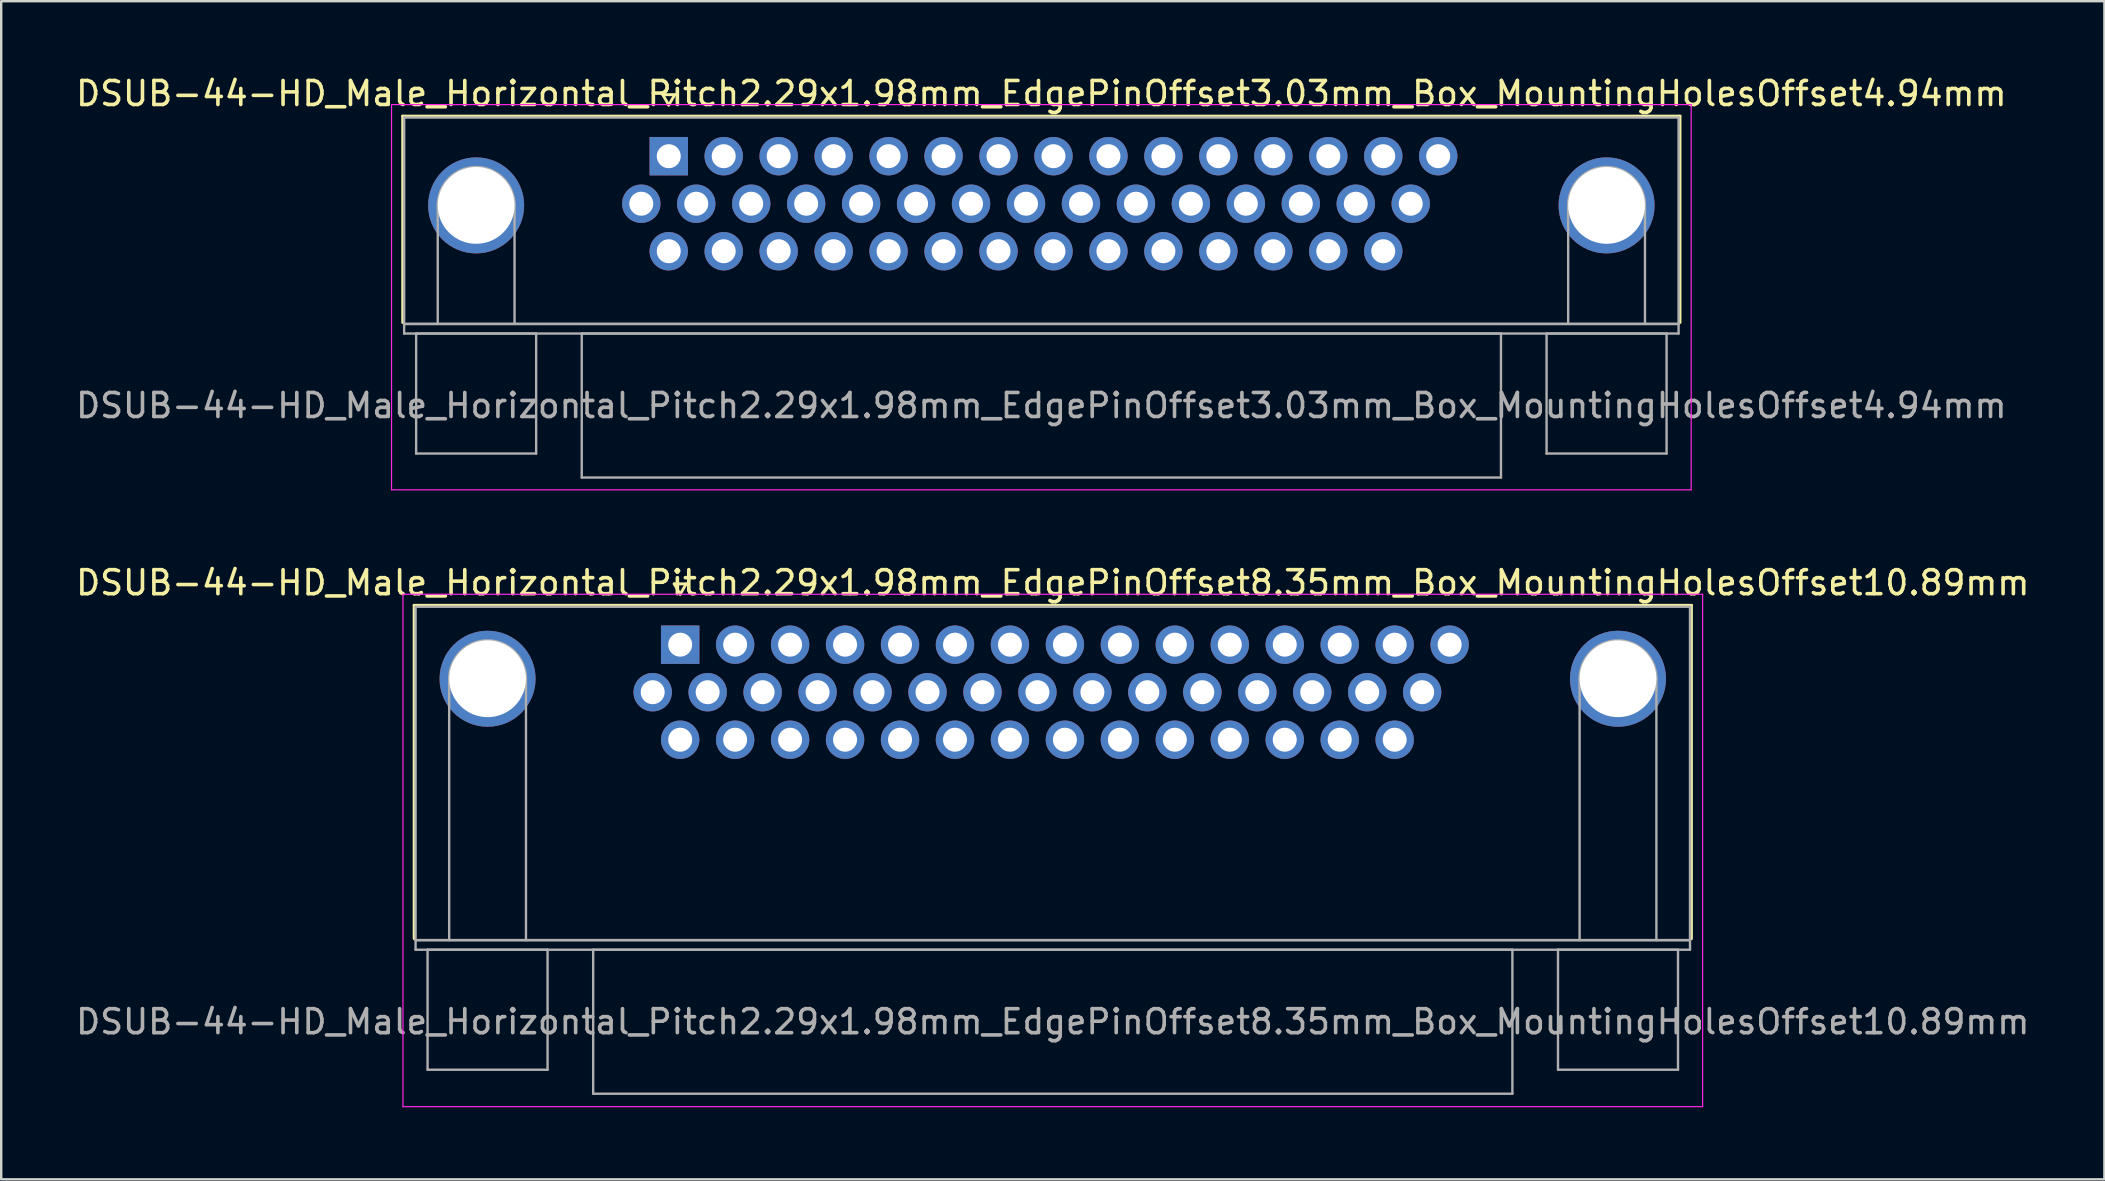
<source format=kicad_pcb>
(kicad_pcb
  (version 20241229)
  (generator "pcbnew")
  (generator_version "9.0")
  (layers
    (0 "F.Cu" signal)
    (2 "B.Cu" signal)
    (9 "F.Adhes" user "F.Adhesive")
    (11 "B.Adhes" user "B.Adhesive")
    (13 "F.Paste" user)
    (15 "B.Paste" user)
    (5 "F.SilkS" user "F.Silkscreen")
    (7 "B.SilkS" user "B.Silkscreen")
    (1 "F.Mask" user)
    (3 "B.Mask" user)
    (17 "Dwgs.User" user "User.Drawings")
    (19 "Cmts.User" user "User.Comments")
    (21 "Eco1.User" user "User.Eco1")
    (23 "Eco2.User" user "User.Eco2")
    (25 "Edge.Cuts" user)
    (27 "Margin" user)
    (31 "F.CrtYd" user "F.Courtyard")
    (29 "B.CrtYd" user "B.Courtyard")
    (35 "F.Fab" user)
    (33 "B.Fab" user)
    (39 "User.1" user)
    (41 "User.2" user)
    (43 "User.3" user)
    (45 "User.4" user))
  (footprint "DSUB-44-HD_Male_Horizontal_Pitch2.29x1.98mm_EdgePinOffset8.35mm_Box_MountingHolesOffset10.89mm"
    (layer "F.Cu")
    (at 25.29 23.811)
    (property "Reference" "DSUB-44-HD_Male_Horizontal_Pitch2.29x1.98mm_EdgePinOffset8.35mm_Box_MountingHolesOffset10.89mm" (at 15.525 -2.58 0) (layer "F.SilkS") (effects (font (size 1 1) (thickness 0.15))))
    (attr through_hole)
    (fp_line (start -11.085 -1.64) (end 42.135 -1.64) (stroke (width 0.12) (type solid)) (layer "F.SilkS"))
    (fp_line (start -11.085 12.25) (end -11.085 -1.64) (stroke (width 0.12) (type solid)) (layer "F.SilkS"))
    (fp_line (start -0.25 -2.534) (end 0.25 -2.534) (stroke (width 0.12) (type solid)) (layer "F.SilkS"))
    (fp_line (start 0 -2.101) (end -0.25 -2.534) (stroke (width 0.12) (type solid)) (layer "F.SilkS"))
    (fp_line (start 0.25 -2.534) (end 0 -2.101) (stroke (width 0.12) (type solid)) (layer "F.SilkS"))
    (fp_line (start 42.135 -1.64) (end 42.135 12.25) (stroke (width 0.12) (type solid)) (layer "F.SilkS"))
    (fp_line (start -11.55 -2.1) (end -11.55 19.25) (stroke (width 0.05) (type solid)) (layer "F.CrtYd"))
    (fp_line (start -11.55 19.25) (end 42.6 19.25) (stroke (width 0.05) (type solid)) (layer "F.CrtYd"))
    (fp_line (start 42.6 -2.1) (end -11.55 -2.1) (stroke (width 0.05) (type solid)) (layer "F.CrtYd"))
    (fp_line (start 42.6 19.25) (end 42.6 -2.1) (stroke (width 0.05) (type solid)) (layer "F.CrtYd"))
    (fp_line (start -11.025 -1.58) (end -11.025 12.31) (stroke (width 0.1) (type solid)) (layer "F.Fab"))
    (fp_line (start -11.025 12.31) (end -11.025 12.71) (stroke (width 0.1) (type solid)) (layer "F.Fab"))
    (fp_line (start -11.025 12.31) (end 42.075 12.31) (stroke (width 0.1) (type solid)) (layer "F.Fab"))
    (fp_line (start -11.025 12.71) (end 42.075 12.71) (stroke (width 0.1) (type solid)) (layer "F.Fab"))
    (fp_line (start -10.525 12.71) (end -10.525 17.71) (stroke (width 0.1) (type solid)) (layer "F.Fab"))
    (fp_line (start -10.525 17.71) (end -5.525 17.71) (stroke (width 0.1) (type solid)) (layer "F.Fab"))
    (fp_line (start -9.625 12.31) (end -9.625 1.42) (stroke (width 0.1) (type solid)) (layer "F.Fab"))
    (fp_line (start -6.425 12.31) (end -6.425 1.42) (stroke (width 0.1) (type solid)) (layer "F.Fab"))
    (fp_line (start -5.525 12.71) (end -10.525 12.71) (stroke (width 0.1) (type solid)) (layer "F.Fab"))
    (fp_line (start -5.525 17.71) (end -5.525 12.71) (stroke (width 0.1) (type solid)) (layer "F.Fab"))
    (fp_line (start -3.625 12.71) (end -3.625 18.71) (stroke (width 0.1) (type solid)) (layer "F.Fab"))
    (fp_line (start -3.625 18.71) (end 34.675 18.71) (stroke (width 0.1) (type solid)) (layer "F.Fab"))
    (fp_line (start 34.675 12.71) (end -3.625 12.71) (stroke (width 0.1) (type solid)) (layer "F.Fab"))
    (fp_line (start 34.675 18.71) (end 34.675 12.71) (stroke (width 0.1) (type solid)) (layer "F.Fab"))
    (fp_line (start 36.575 12.71) (end 36.575 17.71) (stroke (width 0.1) (type solid)) (layer "F.Fab"))
    (fp_line (start 36.575 17.71) (end 41.575 17.71) (stroke (width 0.1) (type solid)) (layer "F.Fab"))
    (fp_line (start 37.475 12.31) (end 37.475 1.42) (stroke (width 0.1) (type solid)) (layer "F.Fab"))
    (fp_line (start 40.675 12.31) (end 40.675 1.42) (stroke (width 0.1) (type solid)) (layer "F.Fab"))
    (fp_line (start 41.575 12.71) (end 36.575 12.71) (stroke (width 0.1) (type solid)) (layer "F.Fab"))
    (fp_line (start 41.575 17.71) (end 41.575 12.71) (stroke (width 0.1) (type solid)) (layer "F.Fab"))
    (fp_line (start 42.075 -1.58) (end -11.025 -1.58) (stroke (width 0.1) (type solid)) (layer "F.Fab"))
    (fp_line (start 42.075 12.31) (end -11.025 12.31) (stroke (width 0.1) (type solid)) (layer "F.Fab"))
    (fp_line (start 42.075 12.31) (end 42.075 -1.58) (stroke (width 0.1) (type solid)) (layer "F.Fab"))
    (fp_line (start 42.075 12.71) (end 42.075 12.31) (stroke (width 0.1) (type solid)) (layer "F.Fab"))
    (fp_arc (start -9.625 1.42) (mid -8.025 -0.18) (end -6.425 1.42) (stroke (width 0.1) (type solid)) (layer "F.Fab"))
    (fp_arc (start 37.475 1.42) (mid 39.075 -0.18) (end 40.675 1.42) (stroke (width 0.1) (type solid)) (layer "F.Fab"))
    (fp_text user "${REFERENCE}" (at 15.525 15.71 0) (layer "F.Fab") (effects (font (size 1 1) (thickness 0.15))))
    (pad "0" thru_hole circle (at -8.025 1.42) (size 4 4) (drill 3.2) (layers "*.Cu" "*.Mask"))
    (pad "0" thru_hole circle (at 39.075 1.42) (size 4 4) (drill 3.2) (layers "*.Cu" "*.Mask"))
    (pad "1" thru_hole rect (at 0 0) (size 1.6 1.6) (drill 1) (layers "*.Cu" "*.Mask"))
    (pad "2" thru_hole circle (at 2.29 0) (size 1.6 1.6) (drill 1) (layers "*.Cu" "*.Mask"))
    (pad "3" thru_hole circle (at 4.58 0) (size 1.6 1.6) (drill 1) (layers "*.Cu" "*.Mask"))
    (pad "4" thru_hole circle (at 6.87 0) (size 1.6 1.6) (drill 1) (layers "*.Cu" "*.Mask"))
    (pad "5" thru_hole circle (at 9.16 0) (size 1.6 1.6) (drill 1) (layers "*.Cu" "*.Mask"))
    (pad "6" thru_hole circle (at 11.45 0) (size 1.6 1.6) (drill 1) (layers "*.Cu" "*.Mask"))
    (pad "7" thru_hole circle (at 13.74 0) (size 1.6 1.6) (drill 1) (layers "*.Cu" "*.Mask"))
    (pad "8" thru_hole circle (at 16.03 0) (size 1.6 1.6) (drill 1) (layers "*.Cu" "*.Mask"))
    (pad "9" thru_hole circle (at 18.32 0) (size 1.6 1.6) (drill 1) (layers "*.Cu" "*.Mask"))
    (pad "10" thru_hole circle (at 20.61 0) (size 1.6 1.6) (drill 1) (layers "*.Cu" "*.Mask"))
    (pad "11" thru_hole circle (at 22.9 0) (size 1.6 1.6) (drill 1) (layers "*.Cu" "*.Mask"))
    (pad "12" thru_hole circle (at 25.19 0) (size 1.6 1.6) (drill 1) (layers "*.Cu" "*.Mask"))
    (pad "13" thru_hole circle (at 27.48 0) (size 1.6 1.6) (drill 1) (layers "*.Cu" "*.Mask"))
    (pad "14" thru_hole circle (at 29.77 0) (size 1.6 1.6) (drill 1) (layers "*.Cu" "*.Mask"))
    (pad "15" thru_hole circle (at 32.06 0) (size 1.6 1.6) (drill 1) (layers "*.Cu" "*.Mask"))
    (pad "16" thru_hole circle (at -1.145 1.98) (size 1.6 1.6) (drill 1) (layers "*.Cu" "*.Mask"))
    (pad "17" thru_hole circle (at 1.145 1.98) (size 1.6 1.6) (drill 1) (layers "*.Cu" "*.Mask"))
    (pad "18" thru_hole circle (at 3.435 1.98) (size 1.6 1.6) (drill 1) (layers "*.Cu" "*.Mask"))
    (pad "19" thru_hole circle (at 5.725 1.98) (size 1.6 1.6) (drill 1) (layers "*.Cu" "*.Mask"))
    (pad "20" thru_hole circle (at 8.015 1.98) (size 1.6 1.6) (drill 1) (layers "*.Cu" "*.Mask"))
    (pad "21" thru_hole circle (at 10.305 1.98) (size 1.6 1.6) (drill 1) (layers "*.Cu" "*.Mask"))
    (pad "22" thru_hole circle (at 12.595 1.98) (size 1.6 1.6) (drill 1) (layers "*.Cu" "*.Mask"))
    (pad "23" thru_hole circle (at 14.885 1.98) (size 1.6 1.6) (drill 1) (layers "*.Cu" "*.Mask"))
    (pad "24" thru_hole circle (at 17.175 1.98) (size 1.6 1.6) (drill 1) (layers "*.Cu" "*.Mask"))
    (pad "25" thru_hole circle (at 19.465 1.98) (size 1.6 1.6) (drill 1) (layers "*.Cu" "*.Mask"))
    (pad "26" thru_hole circle (at 21.755 1.98) (size 1.6 1.6) (drill 1) (layers "*.Cu" "*.Mask"))
    (pad "27" thru_hole circle (at 24.045 1.98) (size 1.6 1.6) (drill 1) (layers "*.Cu" "*.Mask"))
    (pad "28" thru_hole circle (at 26.335 1.98) (size 1.6 1.6) (drill 1) (layers "*.Cu" "*.Mask"))
    (pad "29" thru_hole circle (at 28.625 1.98) (size 1.6 1.6) (drill 1) (layers "*.Cu" "*.Mask"))
    (pad "30" thru_hole circle (at 30.915 1.98) (size 1.6 1.6) (drill 1) (layers "*.Cu" "*.Mask"))
    (pad "31" thru_hole circle (at 0 3.96) (size 1.6 1.6) (drill 1) (layers "*.Cu" "*.Mask"))
    (pad "32" thru_hole circle (at 2.29 3.96) (size 1.6 1.6) (drill 1) (layers "*.Cu" "*.Mask"))
    (pad "33" thru_hole circle (at 4.58 3.96) (size 1.6 1.6) (drill 1) (layers "*.Cu" "*.Mask"))
    (pad "34" thru_hole circle (at 6.87 3.96) (size 1.6 1.6) (drill 1) (layers "*.Cu" "*.Mask"))
    (pad "35" thru_hole circle (at 9.16 3.96) (size 1.6 1.6) (drill 1) (layers "*.Cu" "*.Mask"))
    (pad "36" thru_hole circle (at 11.45 3.96) (size 1.6 1.6) (drill 1) (layers "*.Cu" "*.Mask"))
    (pad "37" thru_hole circle (at 13.74 3.96) (size 1.6 1.6) (drill 1) (layers "*.Cu" "*.Mask"))
    (pad "38" thru_hole circle (at 16.03 3.96) (size 1.6 1.6) (drill 1) (layers "*.Cu" "*.Mask"))
    (pad "39" thru_hole circle (at 18.32 3.96) (size 1.6 1.6) (drill 1) (layers "*.Cu" "*.Mask"))
    (pad "40" thru_hole circle (at 20.61 3.96) (size 1.6 1.6) (drill 1) (layers "*.Cu" "*.Mask"))
    (pad "41" thru_hole circle (at 22.9 3.96) (size 1.6 1.6) (drill 1) (layers "*.Cu" "*.Mask"))
    (pad "42" thru_hole circle (at 25.19 3.96) (size 1.6 1.6) (drill 1) (layers "*.Cu" "*.Mask"))
    (pad "43" thru_hole circle (at 27.48 3.96) (size 1.6 1.6) (drill 1) (layers "*.Cu" "*.Mask"))
    (pad "44" thru_hole circle (at 29.77 3.96) (size 1.6 1.6) (drill 1) (layers "*.Cu" "*.Mask")))
  (footprint "DSUB-44-HD_Male_Horizontal_Pitch2.29x1.98mm_EdgePinOffset3.03mm_Box_MountingHolesOffset4.94mm"
    (layer "F.Cu")
    (at 24.814 3.458)
    (property "Reference" "DSUB-44-HD_Male_Horizontal_Pitch2.29x1.98mm_EdgePinOffset3.03mm_Box_MountingHolesOffset4.94mm" (at 15.525 -2.61 0) (layer "F.SilkS") (effects (font (size 1 1) (thickness 0.15))))
    (attr through_hole)
    (fp_line (start -11.085 -1.67) (end 42.135 -1.67) (stroke (width 0.12) (type solid)) (layer "F.SilkS"))
    (fp_line (start -11.085 6.93) (end -11.085 -1.67) (stroke (width 0.12) (type solid)) (layer "F.SilkS"))
    (fp_line (start -0.25 -2.564) (end 0.25 -2.564) (stroke (width 0.12) (type solid)) (layer "F.SilkS"))
    (fp_line (start 0 -2.131) (end -0.25 -2.564) (stroke (width 0.12) (type solid)) (layer "F.SilkS"))
    (fp_line (start 0.25 -2.564) (end 0 -2.131) (stroke (width 0.12) (type solid)) (layer "F.SilkS"))
    (fp_line (start 42.135 -1.67) (end 42.135 6.93) (stroke (width 0.12) (type solid)) (layer "F.SilkS"))
    (fp_line (start -11.55 -2.15) (end -11.55 13.9) (stroke (width 0.05) (type solid)) (layer "F.CrtYd"))
    (fp_line (start -11.55 13.9) (end 42.6 13.9) (stroke (width 0.05) (type solid)) (layer "F.CrtYd"))
    (fp_line (start 42.6 -2.15) (end -11.55 -2.15) (stroke (width 0.05) (type solid)) (layer "F.CrtYd"))
    (fp_line (start 42.6 13.9) (end 42.6 -2.15) (stroke (width 0.05) (type solid)) (layer "F.CrtYd"))
    (fp_line (start -11.025 -1.61) (end -11.025 6.99) (stroke (width 0.1) (type solid)) (layer "F.Fab"))
    (fp_line (start -11.025 6.99) (end -11.025 7.39) (stroke (width 0.1) (type solid)) (layer "F.Fab"))
    (fp_line (start -11.025 6.99) (end 42.075 6.99) (stroke (width 0.1) (type solid)) (layer "F.Fab"))
    (fp_line (start -11.025 7.39) (end 42.075 7.39) (stroke (width 0.1) (type solid)) (layer "F.Fab"))
    (fp_line (start -10.525 7.39) (end -10.525 12.39) (stroke (width 0.1) (type solid)) (layer "F.Fab"))
    (fp_line (start -10.525 12.39) (end -5.525 12.39) (stroke (width 0.1) (type solid)) (layer "F.Fab"))
    (fp_line (start -9.625 6.99) (end -9.625 2.05) (stroke (width 0.1) (type solid)) (layer "F.Fab"))
    (fp_line (start -6.425 6.99) (end -6.425 2.05) (stroke (width 0.1) (type solid)) (layer "F.Fab"))
    (fp_line (start -5.525 7.39) (end -10.525 7.39) (stroke (width 0.1) (type solid)) (layer "F.Fab"))
    (fp_line (start -5.525 12.39) (end -5.525 7.39) (stroke (width 0.1) (type solid)) (layer "F.Fab"))
    (fp_line (start -3.625 7.39) (end -3.625 13.39) (stroke (width 0.1) (type solid)) (layer "F.Fab"))
    (fp_line (start -3.625 13.39) (end 34.675 13.39) (stroke (width 0.1) (type solid)) (layer "F.Fab"))
    (fp_line (start 34.675 7.39) (end -3.625 7.39) (stroke (width 0.1) (type solid)) (layer "F.Fab"))
    (fp_line (start 34.675 13.39) (end 34.675 7.39) (stroke (width 0.1) (type solid)) (layer "F.Fab"))
    (fp_line (start 36.575 7.39) (end 36.575 12.39) (stroke (width 0.1) (type solid)) (layer "F.Fab"))
    (fp_line (start 36.575 12.39) (end 41.575 12.39) (stroke (width 0.1) (type solid)) (layer "F.Fab"))
    (fp_line (start 37.475 6.99) (end 37.475 2.05) (stroke (width 0.1) (type solid)) (layer "F.Fab"))
    (fp_line (start 40.675 6.99) (end 40.675 2.05) (stroke (width 0.1) (type solid)) (layer "F.Fab"))
    (fp_line (start 41.575 7.39) (end 36.575 7.39) (stroke (width 0.1) (type solid)) (layer "F.Fab"))
    (fp_line (start 41.575 12.39) (end 41.575 7.39) (stroke (width 0.1) (type solid)) (layer "F.Fab"))
    (fp_line (start 42.075 -1.61) (end -11.025 -1.61) (stroke (width 0.1) (type solid)) (layer "F.Fab"))
    (fp_line (start 42.075 6.99) (end -11.025 6.99) (stroke (width 0.1) (type solid)) (layer "F.Fab"))
    (fp_line (start 42.075 6.99) (end 42.075 -1.61) (stroke (width 0.1) (type solid)) (layer "F.Fab"))
    (fp_line (start 42.075 7.39) (end 42.075 6.99) (stroke (width 0.1) (type solid)) (layer "F.Fab"))
    (fp_arc (start -9.625 2.05) (mid -8.025 0.45) (end -6.425 2.05) (stroke (width 0.1) (type solid)) (layer "F.Fab"))
    (fp_arc (start 37.475 2.05) (mid 39.075 0.45) (end 40.675 2.05) (stroke (width 0.1) (type solid)) (layer "F.Fab"))
    (fp_text user "${REFERENCE}" (at 15.525 10.39 0) (layer "F.Fab") (effects (font (size 1 1) (thickness 0.15))))
    (pad "0" thru_hole circle (at -8.025 2.05) (size 4 4) (drill 3.2) (layers "*.Cu" "*.Mask"))
    (pad "0" thru_hole circle (at 39.075 2.05) (size 4 4) (drill 3.2) (layers "*.Cu" "*.Mask"))
    (pad "1" thru_hole rect (at 0 0) (size 1.6 1.6) (drill 1) (layers "*.Cu" "*.Mask"))
    (pad "2" thru_hole circle (at 2.29 0) (size 1.6 1.6) (drill 1) (layers "*.Cu" "*.Mask"))
    (pad "3" thru_hole circle (at 4.58 0) (size 1.6 1.6) (drill 1) (layers "*.Cu" "*.Mask"))
    (pad "4" thru_hole circle (at 6.87 0) (size 1.6 1.6) (drill 1) (layers "*.Cu" "*.Mask"))
    (pad "5" thru_hole circle (at 9.16 0) (size 1.6 1.6) (drill 1) (layers "*.Cu" "*.Mask"))
    (pad "6" thru_hole circle (at 11.45 0) (size 1.6 1.6) (drill 1) (layers "*.Cu" "*.Mask"))
    (pad "7" thru_hole circle (at 13.74 0) (size 1.6 1.6) (drill 1) (layers "*.Cu" "*.Mask"))
    (pad "8" thru_hole circle (at 16.03 0) (size 1.6 1.6) (drill 1) (layers "*.Cu" "*.Mask"))
    (pad "9" thru_hole circle (at 18.32 0) (size 1.6 1.6) (drill 1) (layers "*.Cu" "*.Mask"))
    (pad "10" thru_hole circle (at 20.61 0) (size 1.6 1.6) (drill 1) (layers "*.Cu" "*.Mask"))
    (pad "11" thru_hole circle (at 22.9 0) (size 1.6 1.6) (drill 1) (layers "*.Cu" "*.Mask"))
    (pad "12" thru_hole circle (at 25.19 0) (size 1.6 1.6) (drill 1) (layers "*.Cu" "*.Mask"))
    (pad "13" thru_hole circle (at 27.48 0) (size 1.6 1.6) (drill 1) (layers "*.Cu" "*.Mask"))
    (pad "14" thru_hole circle (at 29.77 0) (size 1.6 1.6) (drill 1) (layers "*.Cu" "*.Mask"))
    (pad "15" thru_hole circle (at 32.06 0) (size 1.6 1.6) (drill 1) (layers "*.Cu" "*.Mask"))
    (pad "16" thru_hole circle (at -1.145 1.98) (size 1.6 1.6) (drill 1) (layers "*.Cu" "*.Mask"))
    (pad "17" thru_hole circle (at 1.145 1.98) (size 1.6 1.6) (drill 1) (layers "*.Cu" "*.Mask"))
    (pad "18" thru_hole circle (at 3.435 1.98) (size 1.6 1.6) (drill 1) (layers "*.Cu" "*.Mask"))
    (pad "19" thru_hole circle (at 5.725 1.98) (size 1.6 1.6) (drill 1) (layers "*.Cu" "*.Mask"))
    (pad "20" thru_hole circle (at 8.015 1.98) (size 1.6 1.6) (drill 1) (layers "*.Cu" "*.Mask"))
    (pad "21" thru_hole circle (at 10.305 1.98) (size 1.6 1.6) (drill 1) (layers "*.Cu" "*.Mask"))
    (pad "22" thru_hole circle (at 12.595 1.98) (size 1.6 1.6) (drill 1) (layers "*.Cu" "*.Mask"))
    (pad "23" thru_hole circle (at 14.885 1.98) (size 1.6 1.6) (drill 1) (layers "*.Cu" "*.Mask"))
    (pad "24" thru_hole circle (at 17.175 1.98) (size 1.6 1.6) (drill 1) (layers "*.Cu" "*.Mask"))
    (pad "25" thru_hole circle (at 19.465 1.98) (size 1.6 1.6) (drill 1) (layers "*.Cu" "*.Mask"))
    (pad "26" thru_hole circle (at 21.755 1.98) (size 1.6 1.6) (drill 1) (layers "*.Cu" "*.Mask"))
    (pad "27" thru_hole circle (at 24.045 1.98) (size 1.6 1.6) (drill 1) (layers "*.Cu" "*.Mask"))
    (pad "28" thru_hole circle (at 26.335 1.98) (size 1.6 1.6) (drill 1) (layers "*.Cu" "*.Mask"))
    (pad "29" thru_hole circle (at 28.625 1.98) (size 1.6 1.6) (drill 1) (layers "*.Cu" "*.Mask"))
    (pad "30" thru_hole circle (at 30.915 1.98) (size 1.6 1.6) (drill 1) (layers "*.Cu" "*.Mask"))
    (pad "31" thru_hole circle (at 0 3.96) (size 1.6 1.6) (drill 1) (layers "*.Cu" "*.Mask"))
    (pad "32" thru_hole circle (at 2.29 3.96) (size 1.6 1.6) (drill 1) (layers "*.Cu" "*.Mask"))
    (pad "33" thru_hole circle (at 4.58 3.96) (size 1.6 1.6) (drill 1) (layers "*.Cu" "*.Mask"))
    (pad "34" thru_hole circle (at 6.87 3.96) (size 1.6 1.6) (drill 1) (layers "*.Cu" "*.Mask"))
    (pad "35" thru_hole circle (at 9.16 3.96) (size 1.6 1.6) (drill 1) (layers "*.Cu" "*.Mask"))
    (pad "36" thru_hole circle (at 11.45 3.96) (size 1.6 1.6) (drill 1) (layers "*.Cu" "*.Mask"))
    (pad "37" thru_hole circle (at 13.74 3.96) (size 1.6 1.6) (drill 1) (layers "*.Cu" "*.Mask"))
    (pad "38" thru_hole circle (at 16.03 3.96) (size 1.6 1.6) (drill 1) (layers "*.Cu" "*.Mask"))
    (pad "39" thru_hole circle (at 18.32 3.96) (size 1.6 1.6) (drill 1) (layers "*.Cu" "*.Mask"))
    (pad "40" thru_hole circle (at 20.61 3.96) (size 1.6 1.6) (drill 1) (layers "*.Cu" "*.Mask"))
    (pad "41" thru_hole circle (at 22.9 3.96) (size 1.6 1.6) (drill 1) (layers "*.Cu" "*.Mask"))
    (pad "42" thru_hole circle (at 25.19 3.96) (size 1.6 1.6) (drill 1) (layers "*.Cu" "*.Mask"))
    (pad "43" thru_hole circle (at 27.48 3.96) (size 1.6 1.6) (drill 1) (layers "*.Cu" "*.Mask"))
    (pad "44" thru_hole circle (at 29.77 3.96) (size 1.6 1.6) (drill 1) (layers "*.Cu" "*.Mask")))
  (gr_rect
    (start -3 -3)
    (end 84.631 46.087)
    (stroke (width 0.1) (type default))
    (fill no)
    (layer "Edge.Cuts")))
</source>
